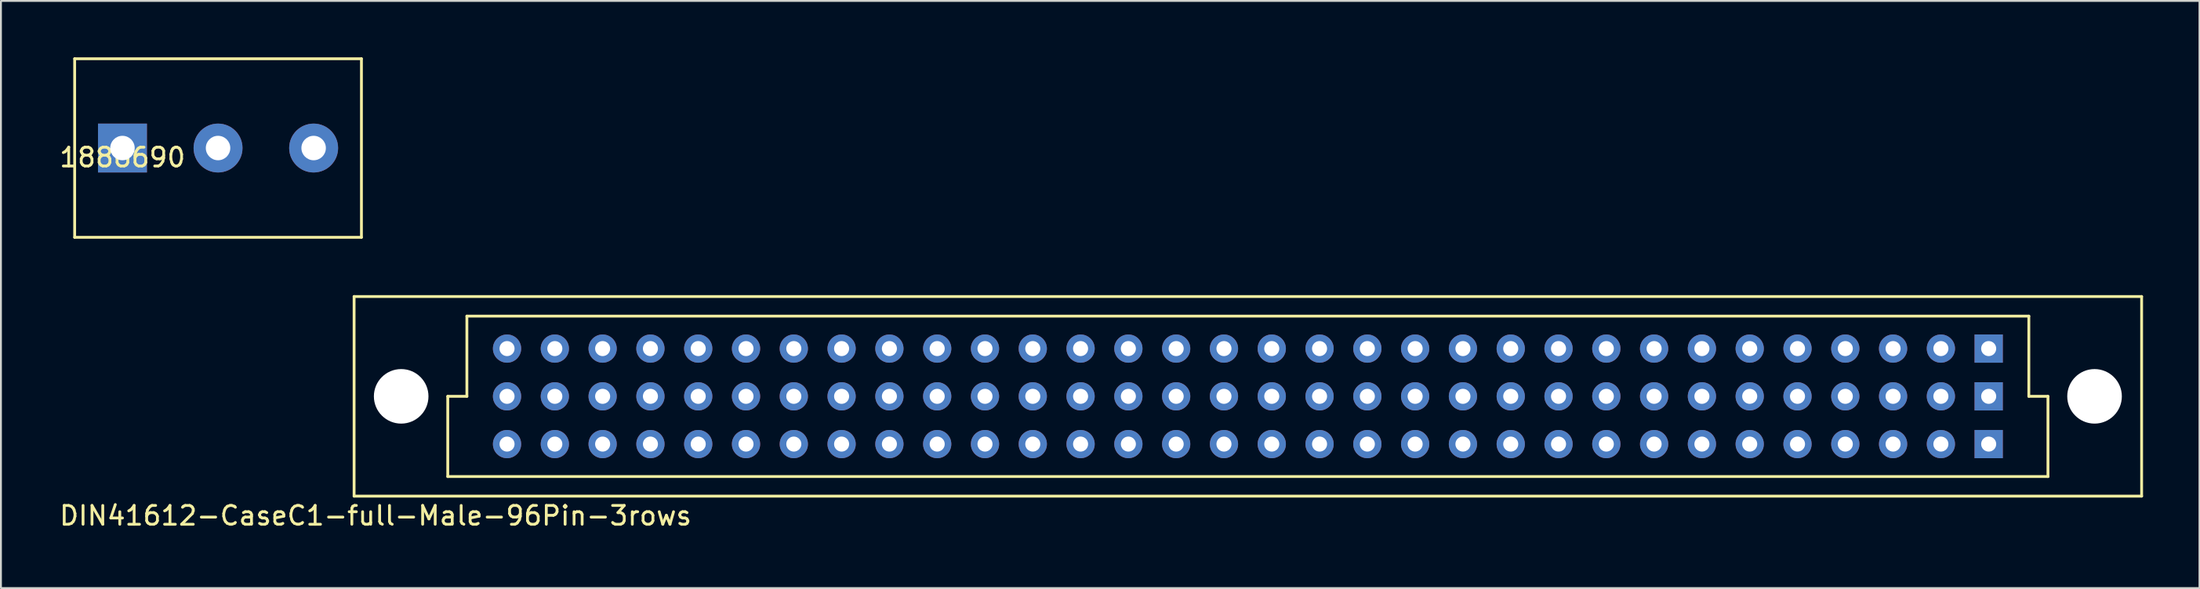
<source format=kicad_pcb>
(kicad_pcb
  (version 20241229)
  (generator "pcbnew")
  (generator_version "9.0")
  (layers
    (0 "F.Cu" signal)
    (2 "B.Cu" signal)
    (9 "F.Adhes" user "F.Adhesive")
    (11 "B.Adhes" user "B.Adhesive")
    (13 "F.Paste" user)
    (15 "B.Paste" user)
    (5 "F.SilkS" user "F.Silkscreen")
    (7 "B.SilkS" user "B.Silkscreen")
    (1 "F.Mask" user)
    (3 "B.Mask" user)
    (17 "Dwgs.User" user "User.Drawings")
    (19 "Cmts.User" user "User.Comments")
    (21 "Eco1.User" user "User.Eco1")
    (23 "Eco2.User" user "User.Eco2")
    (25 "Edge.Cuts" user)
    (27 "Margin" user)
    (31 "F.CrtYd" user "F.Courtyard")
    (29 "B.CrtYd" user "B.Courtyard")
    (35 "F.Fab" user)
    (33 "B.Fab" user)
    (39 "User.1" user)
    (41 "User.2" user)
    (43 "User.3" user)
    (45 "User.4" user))
  (footprint "DIN41612-CaseC1-full-Male-96Pin-3rows"
    (layer "F.Cu")
    (at 63.266 18.034)
    (property "Reference" "DIN41612-CaseC1-full-Male-96Pin-3rows" (at -46.355 6.35 0) (layer "F.SilkS") (effects (font (size 1 1) (thickness 0.15))))
    (attr through_hole)
    (fp_line (start -47.498 -5.309) (end -47.498 5.309) (stroke (width 0.15) (type solid)) (layer "F.SilkS"))
    (fp_line (start -47.498 5.309) (end 47.498 5.309) (stroke (width 0.15) (type solid)) (layer "F.SilkS"))
    (fp_line (start -42.52 4.267) (end -42.52 0) (stroke (width 0.15) (type solid)) (layer "F.SilkS"))
    (fp_line (start -42.52 4.267) (end 42.52 4.267) (stroke (width 0.15) (type solid)) (layer "F.SilkS"))
    (fp_line (start -41.504 0) (end -42.52 0) (stroke (width 0.15) (type solid)) (layer "F.SilkS"))
    (fp_line (start -41.504 0) (end -41.504 -4.267) (stroke (width 0.15) (type solid)) (layer "F.SilkS"))
    (fp_line (start 41.504 -4.267) (end -41.504 -4.267) (stroke (width 0.15) (type solid)) (layer "F.SilkS"))
    (fp_line (start 41.504 0) (end 41.504 -4.267) (stroke (width 0.15) (type solid)) (layer "F.SilkS"))
    (fp_line (start 41.504 0) (end 42.52 0) (stroke (width 0.15) (type solid)) (layer "F.SilkS"))
    (fp_line (start 42.52 4.267) (end 42.52 0) (stroke (width 0.15) (type solid)) (layer "F.SilkS"))
    (fp_line (start 47.498 -5.309) (end -47.498 -5.309) (stroke (width 0.15) (type solid)) (layer "F.SilkS"))
    (fp_line (start 47.498 5.309) (end 47.498 -5.309) (stroke (width 0.15) (type solid)) (layer "F.SilkS"))
    (pad "" np_thru_hole circle (at -44.996 0) (size 2.901 2.901) (drill 2.901) (layers "*.Cu" "*.Mask"))
    (pad "" np_thru_hole circle (at 44.996 0) (size 2.901 2.901) (drill 2.901) (layers "*.Cu" "*.Mask"))
    (pad "1a" thru_hole rect (at 39.37 2.54 180) (size 1.501 1.501) (drill 0.8) (layers "*.Cu" "*.Mask"))
    (pad "1b" thru_hole rect (at 39.37 0 180) (size 1.501 1.501) (drill 0.8) (layers "*.Cu" "*.Mask"))
    (pad "1c" thru_hole rect (at 39.37 -2.54 180) (size 1.501 1.501) (drill 0.8) (layers "*.Cu" "*.Mask"))
    (pad "2a" thru_hole circle (at 36.83 2.54 180) (size 1.501 1.501) (drill 0.8) (layers "*.Cu" "*.Mask"))
    (pad "2b" thru_hole circle (at 36.83 0 180) (size 1.501 1.501) (drill 0.8) (layers "*.Cu" "*.Mask"))
    (pad "2c" thru_hole circle (at 36.83 -2.54 180) (size 1.501 1.501) (drill 0.8) (layers "*.Cu" "*.Mask"))
    (pad "3a" thru_hole circle (at 34.29 2.54 180) (size 1.501 1.501) (drill 0.8) (layers "*.Cu" "*.Mask"))
    (pad "3b" thru_hole circle (at 34.29 0 180) (size 1.501 1.501) (drill 0.8) (layers "*.Cu" "*.Mask"))
    (pad "3c" thru_hole circle (at 34.29 -2.54 180) (size 1.501 1.501) (drill 0.8) (layers "*.Cu" "*.Mask"))
    (pad "4a" thru_hole circle (at 31.75 2.54 180) (size 1.501 1.501) (drill 0.8) (layers "*.Cu" "*.Mask"))
    (pad "4b" thru_hole circle (at 31.75 0 180) (size 1.501 1.501) (drill 0.8) (layers "*.Cu" "*.Mask"))
    (pad "4c" thru_hole circle (at 31.75 -2.54 180) (size 1.501 1.501) (drill 0.8) (layers "*.Cu" "*.Mask"))
    (pad "5a" thru_hole circle (at 29.21 2.54 180) (size 1.501 1.501) (drill 0.8) (layers "*.Cu" "*.Mask"))
    (pad "5b" thru_hole circle (at 29.21 0 180) (size 1.501 1.501) (drill 0.8) (layers "*.Cu" "*.Mask"))
    (pad "5c" thru_hole circle (at 29.21 -2.54 180) (size 1.501 1.501) (drill 0.8) (layers "*.Cu" "*.Mask"))
    (pad "6a" thru_hole circle (at 26.67 2.54 180) (size 1.501 1.501) (drill 0.8) (layers "*.Cu" "*.Mask"))
    (pad "6b" thru_hole circle (at 26.67 0 180) (size 1.501 1.501) (drill 0.8) (layers "*.Cu" "*.Mask"))
    (pad "6c" thru_hole circle (at 26.67 -2.54 180) (size 1.501 1.501) (drill 0.8) (layers "*.Cu" "*.Mask"))
    (pad "7a" thru_hole circle (at 24.13 2.54 180) (size 1.501 1.501) (drill 0.8) (layers "*.Cu" "*.Mask"))
    (pad "7b" thru_hole circle (at 24.13 0 180) (size 1.501 1.501) (drill 0.8) (layers "*.Cu" "*.Mask"))
    (pad "7c" thru_hole circle (at 24.13 -2.54 180) (size 1.501 1.501) (drill 0.8) (layers "*.Cu" "*.Mask"))
    (pad "8a" thru_hole circle (at 21.59 2.54 180) (size 1.501 1.501) (drill 0.8) (layers "*.Cu" "*.Mask"))
    (pad "8b" thru_hole circle (at 21.59 0 180) (size 1.501 1.501) (drill 0.8) (layers "*.Cu" "*.Mask"))
    (pad "8c" thru_hole circle (at 21.59 -2.54 180) (size 1.501 1.501) (drill 0.8) (layers "*.Cu" "*.Mask"))
    (pad "9a" thru_hole circle (at 19.05 2.54 180) (size 1.501 1.501) (drill 0.8) (layers "*.Cu" "*.Mask"))
    (pad "9b" thru_hole circle (at 19.05 0 180) (size 1.501 1.501) (drill 0.8) (layers "*.Cu" "*.Mask"))
    (pad "9c" thru_hole circle (at 19.05 -2.54 180) (size 1.501 1.501) (drill 0.8) (layers "*.Cu" "*.Mask"))
    (pad "10a" thru_hole circle (at 16.51 2.54 180) (size 1.501 1.501) (drill 0.8) (layers "*.Cu" "*.Mask"))
    (pad "10b" thru_hole circle (at 16.51 0 180) (size 1.501 1.501) (drill 0.8) (layers "*.Cu" "*.Mask"))
    (pad "10c" thru_hole circle (at 16.51 -2.54 180) (size 1.501 1.501) (drill 0.8) (layers "*.Cu" "*.Mask"))
    (pad "11a" thru_hole circle (at 13.97 2.54 180) (size 1.501 1.501) (drill 0.8) (layers "*.Cu" "*.Mask"))
    (pad "11b" thru_hole circle (at 13.97 0 180) (size 1.501 1.501) (drill 0.8) (layers "*.Cu" "*.Mask"))
    (pad "11c" thru_hole circle (at 13.97 -2.54 180) (size 1.501 1.501) (drill 0.8) (layers "*.Cu" "*.Mask"))
    (pad "12a" thru_hole circle (at 11.43 2.54 180) (size 1.501 1.501) (drill 0.8) (layers "*.Cu" "*.Mask"))
    (pad "12b" thru_hole circle (at 11.43 0 180) (size 1.501 1.501) (drill 0.8) (layers "*.Cu" "*.Mask"))
    (pad "12c" thru_hole circle (at 11.43 -2.54 180) (size 1.501 1.501) (drill 0.8) (layers "*.Cu" "*.Mask"))
    (pad "13a" thru_hole circle (at 8.89 2.54 180) (size 1.501 1.501) (drill 0.8) (layers "*.Cu" "*.Mask"))
    (pad "13b" thru_hole circle (at 8.89 0 180) (size 1.501 1.501) (drill 0.8) (layers "*.Cu" "*.Mask"))
    (pad "13c" thru_hole circle (at 8.89 -2.54 180) (size 1.501 1.501) (drill 0.8) (layers "*.Cu" "*.Mask"))
    (pad "14a" thru_hole circle (at 6.35 2.54 180) (size 1.501 1.501) (drill 0.8) (layers "*.Cu" "*.Mask"))
    (pad "14b" thru_hole circle (at 6.35 0 180) (size 1.501 1.501) (drill 0.8) (layers "*.Cu" "*.Mask"))
    (pad "14c" thru_hole circle (at 6.35 -2.54 180) (size 1.501 1.501) (drill 0.8) (layers "*.Cu" "*.Mask"))
    (pad "15a" thru_hole circle (at 3.81 2.54 180) (size 1.501 1.501) (drill 0.8) (layers "*.Cu" "*.Mask"))
    (pad "15b" thru_hole circle (at 3.81 0 180) (size 1.501 1.501) (drill 0.8) (layers "*.Cu" "*.Mask"))
    (pad "15c" thru_hole circle (at 3.81 -2.54 180) (size 1.501 1.501) (drill 0.8) (layers "*.Cu" "*.Mask"))
    (pad "16a" thru_hole circle (at 1.27 2.54 180) (size 1.501 1.501) (drill 0.8) (layers "*.Cu" "*.Mask"))
    (pad "16b" thru_hole circle (at 1.27 0 180) (size 1.501 1.501) (drill 0.8) (layers "*.Cu" "*.Mask"))
    (pad "16c" thru_hole circle (at 1.27 -2.54 180) (size 1.501 1.501) (drill 0.8) (layers "*.Cu" "*.Mask"))
    (pad "17a" thru_hole circle (at -1.27 2.54 180) (size 1.501 1.501) (drill 0.8) (layers "*.Cu" "*.Mask"))
    (pad "17b" thru_hole circle (at -1.27 0 180) (size 1.501 1.501) (drill 0.8) (layers "*.Cu" "*.Mask"))
    (pad "17c" thru_hole circle (at -1.27 -2.54 180) (size 1.501 1.501) (drill 0.8) (layers "*.Cu" "*.Mask"))
    (pad "18a" thru_hole circle (at -3.81 2.54 180) (size 1.501 1.501) (drill 0.8) (layers "*.Cu" "*.Mask"))
    (pad "18b" thru_hole circle (at -3.81 0 180) (size 1.501 1.501) (drill 0.8) (layers "*.Cu" "*.Mask"))
    (pad "18c" thru_hole circle (at -3.81 -2.54 180) (size 1.501 1.501) (drill 0.8) (layers "*.Cu" "*.Mask"))
    (pad "19a" thru_hole circle (at -6.35 2.54 180) (size 1.501 1.501) (drill 0.8) (layers "*.Cu" "*.Mask"))
    (pad "19b" thru_hole circle (at -6.35 0 180) (size 1.501 1.501) (drill 0.8) (layers "*.Cu" "*.Mask"))
    (pad "19c" thru_hole circle (at -6.35 -2.54 180) (size 1.501 1.501) (drill 0.8) (layers "*.Cu" "*.Mask"))
    (pad "20a" thru_hole circle (at -8.89 2.54 180) (size 1.501 1.501) (drill 0.8) (layers "*.Cu" "*.Mask"))
    (pad "20b" thru_hole circle (at -8.89 0 180) (size 1.501 1.501) (drill 0.8) (layers "*.Cu" "*.Mask"))
    (pad "20c" thru_hole circle (at -8.89 -2.54 180) (size 1.501 1.501) (drill 0.8) (layers "*.Cu" "*.Mask"))
    (pad "21a" thru_hole circle (at -11.43 2.54 180) (size 1.501 1.501) (drill 0.8) (layers "*.Cu" "*.Mask"))
    (pad "21b" thru_hole circle (at -11.43 0 180) (size 1.501 1.501) (drill 0.8) (layers "*.Cu" "*.Mask"))
    (pad "21c" thru_hole circle (at -11.43 -2.54 180) (size 1.501 1.501) (drill 0.8) (layers "*.Cu" "*.Mask"))
    (pad "22a" thru_hole circle (at -13.97 2.54 180) (size 1.501 1.501) (drill 0.8) (layers "*.Cu" "*.Mask"))
    (pad "22b" thru_hole circle (at -13.97 0 180) (size 1.501 1.501) (drill 0.8) (layers "*.Cu" "*.Mask"))
    (pad "22c" thru_hole circle (at -13.97 -2.54 180) (size 1.501 1.501) (drill 0.8) (layers "*.Cu" "*.Mask"))
    (pad "23a" thru_hole circle (at -16.51 2.54 180) (size 1.501 1.501) (drill 0.8) (layers "*.Cu" "*.Mask"))
    (pad "23b" thru_hole circle (at -16.51 0 180) (size 1.501 1.501) (drill 0.8) (layers "*.Cu" "*.Mask"))
    (pad "23c" thru_hole circle (at -16.51 -2.54 180) (size 1.501 1.501) (drill 0.8) (layers "*.Cu" "*.Mask"))
    (pad "24a" thru_hole circle (at -19.05 2.54 180) (size 1.501 1.501) (drill 0.8) (layers "*.Cu" "*.Mask"))
    (pad "24b" thru_hole circle (at -19.05 0 180) (size 1.501 1.501) (drill 0.8) (layers "*.Cu" "*.Mask"))
    (pad "24c" thru_hole circle (at -19.05 -2.54 180) (size 1.501 1.501) (drill 0.8) (layers "*.Cu" "*.Mask"))
    (pad "25a" thru_hole circle (at -21.59 2.54 180) (size 1.501 1.501) (drill 0.8) (layers "*.Cu" "*.Mask"))
    (pad "25b" thru_hole circle (at -21.59 0 180) (size 1.501 1.501) (drill 0.8) (layers "*.Cu" "*.Mask"))
    (pad "25c" thru_hole circle (at -21.59 -2.54 180) (size 1.501 1.501) (drill 0.8) (layers "*.Cu" "*.Mask"))
    (pad "26a" thru_hole circle (at -24.13 2.54 180) (size 1.501 1.501) (drill 0.8) (layers "*.Cu" "*.Mask"))
    (pad "26b" thru_hole circle (at -24.13 0 180) (size 1.501 1.501) (drill 0.8) (layers "*.Cu" "*.Mask"))
    (pad "26c" thru_hole circle (at -24.13 -2.54 180) (size 1.501 1.501) (drill 0.8) (layers "*.Cu" "*.Mask"))
    (pad "27a" thru_hole circle (at -26.67 2.54 180) (size 1.501 1.501) (drill 0.8) (layers "*.Cu" "*.Mask"))
    (pad "27b" thru_hole circle (at -26.67 0 180) (size 1.501 1.501) (drill 0.8) (layers "*.Cu" "*.Mask"))
    (pad "27c" thru_hole circle (at -26.67 -2.54 180) (size 1.501 1.501) (drill 0.8) (layers "*.Cu" "*.Mask"))
    (pad "28a" thru_hole circle (at -29.21 2.54 180) (size 1.501 1.501) (drill 0.8) (layers "*.Cu" "*.Mask"))
    (pad "28b" thru_hole circle (at -29.21 0 180) (size 1.501 1.501) (drill 0.8) (layers "*.Cu" "*.Mask"))
    (pad "28c" thru_hole circle (at -29.21 -2.54 180) (size 1.501 1.501) (drill 0.8) (layers "*.Cu" "*.Mask"))
    (pad "29a" thru_hole circle (at -31.75 2.54 180) (size 1.501 1.501) (drill 0.8) (layers "*.Cu" "*.Mask"))
    (pad "29b" thru_hole circle (at -31.75 0 180) (size 1.501 1.501) (drill 0.8) (layers "*.Cu" "*.Mask"))
    (pad "29c" thru_hole circle (at -31.75 -2.54 180) (size 1.501 1.501) (drill 0.8) (layers "*.Cu" "*.Mask"))
    (pad "30a" thru_hole circle (at -34.29 2.54 180) (size 1.501 1.501) (drill 0.8) (layers "*.Cu" "*.Mask"))
    (pad "30b" thru_hole circle (at -34.29 0 180) (size 1.501 1.501) (drill 0.8) (layers "*.Cu" "*.Mask"))
    (pad "30c" thru_hole circle (at -34.29 -2.54 180) (size 1.501 1.501) (drill 0.8) (layers "*.Cu" "*.Mask"))
    (pad "31a" thru_hole circle (at -36.83 2.54 180) (size 1.501 1.501) (drill 0.8) (layers "*.Cu" "*.Mask"))
    (pad "31b" thru_hole circle (at -36.83 0 180) (size 1.501 1.501) (drill 0.8) (layers "*.Cu" "*.Mask"))
    (pad "31c" thru_hole circle (at -36.83 -2.54 180) (size 1.501 1.501) (drill 0.8) (layers "*.Cu" "*.Mask"))
    (pad "32a" thru_hole circle (at -39.37 2.54 180) (size 1.501 1.501) (drill 0.8) (layers "*.Cu" "*.Mask"))
    (pad "32b" thru_hole circle (at -39.37 0 180) (size 1.501 1.501) (drill 0.8) (layers "*.Cu" "*.Mask"))
    (pad "32c" thru_hole circle (at -39.37 -2.54 180) (size 1.501 1.501) (drill 0.8) (layers "*.Cu" "*.Mask")))
  (footprint "1888690"
    (layer "F.Cu")
    (at 3.458 4.825)
    (property "Reference" "1888690" (at 0 0.5 0) (layer "F.SilkS") (effects (font (size 1 1) (thickness 0.15))))
    (attr through_hole)
    (fp_line (start -2.54 -4.75) (end -2.54 4.75) (stroke (width 0.15) (type solid)) (layer "F.SilkS"))
    (fp_line (start -2.54 -4.75) (end 12.7 -4.75) (stroke (width 0.15) (type solid)) (layer "F.SilkS"))
    (fp_line (start 12.7 -4.75) (end 12.7 4.75) (stroke (width 0.15) (type solid)) (layer "F.SilkS"))
    (fp_line (start 12.7 4.75) (end -2.54 4.75) (stroke (width 0.15) (type solid)) (layer "F.SilkS"))
    (pad "1" thru_hole rect (at 0 0) (size 2.6 2.6) (drill 1.3) (layers "*.Cu" "*.Mask"))
    (pad "2" thru_hole circle (at 5.08 0) (size 2.6 2.6) (drill 1.3) (layers "*.Cu" "*.Mask"))
    (pad "3" thru_hole circle (at 10.16 0) (size 2.6 2.6) (drill 1.3) (layers "*.Cu" "*.Mask")))
  (gr_rect
    (start -3 -3)
    (end 113.839 28.232)
    (stroke (width 0.1) (type default))
    (fill no)
    (layer "Edge.Cuts")))
</source>
